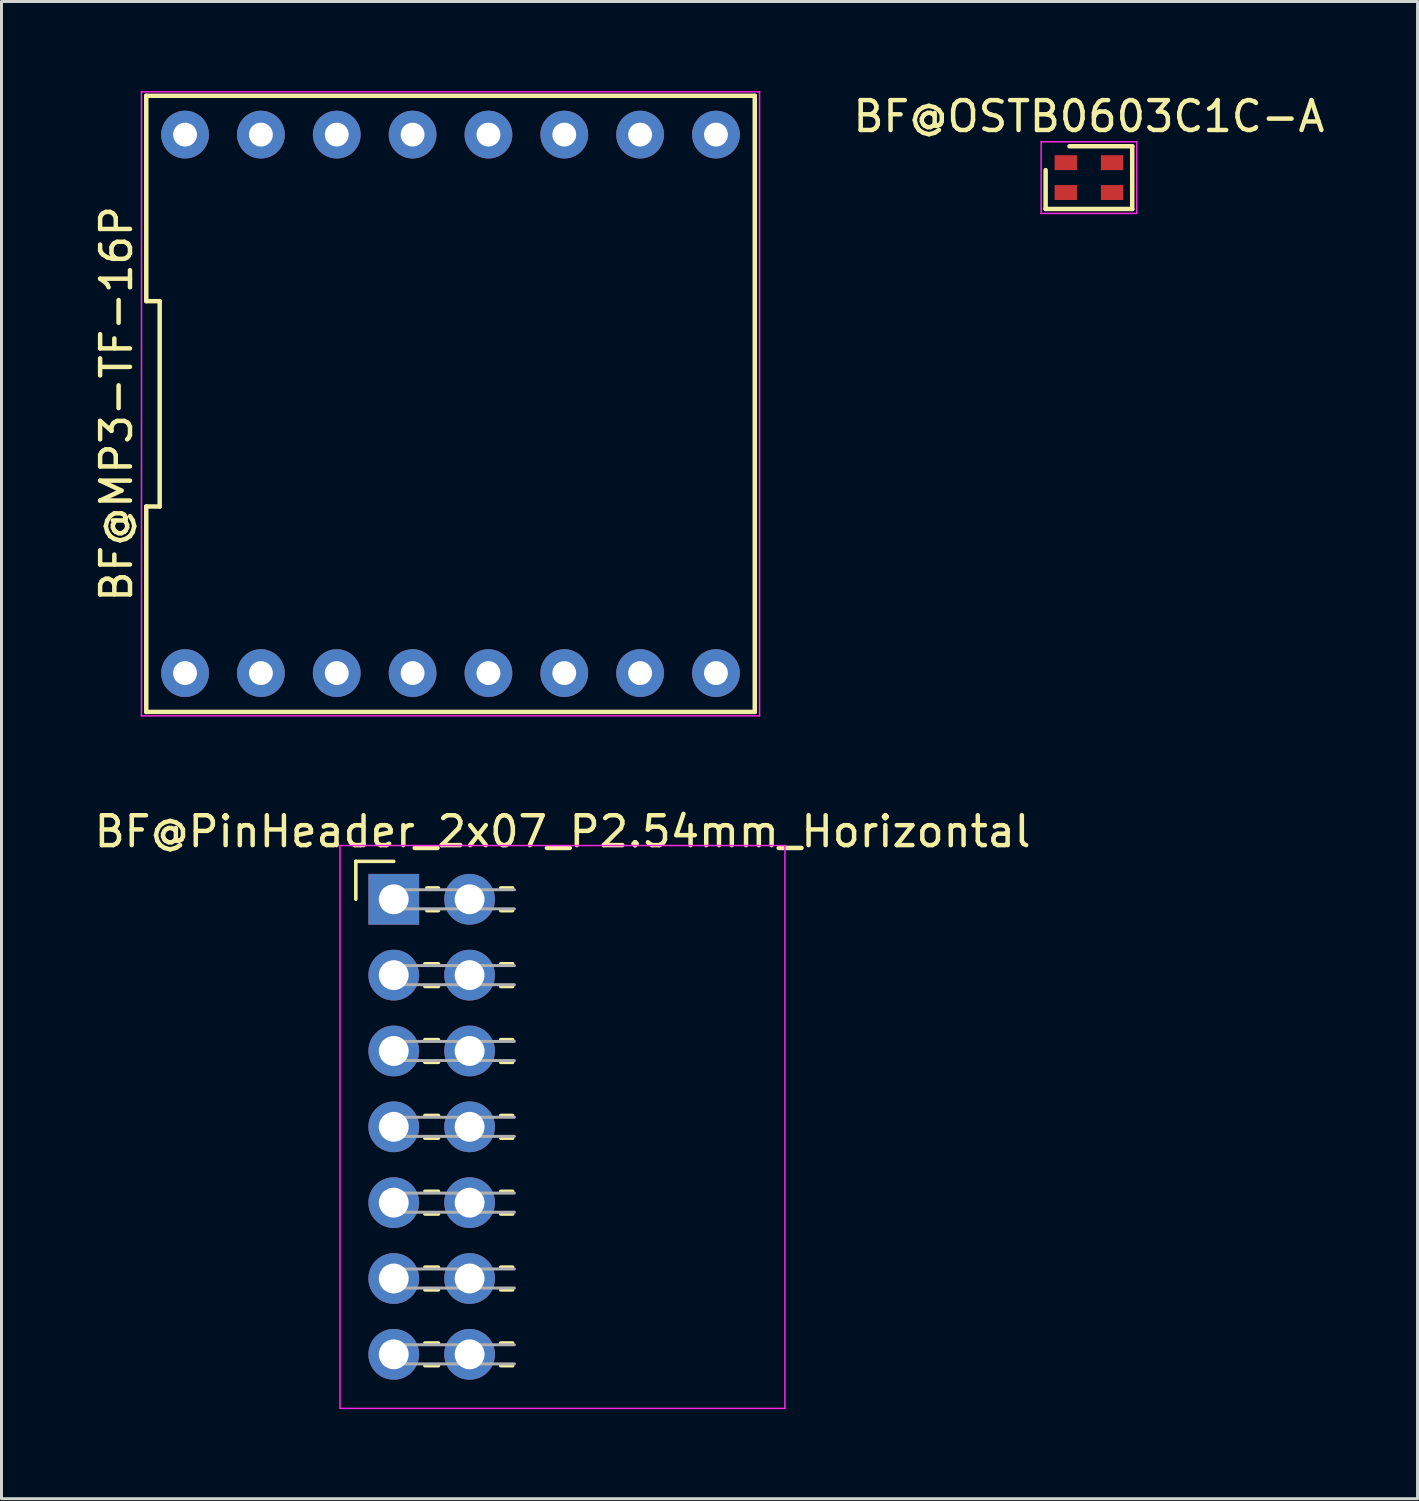
<source format=kicad_pcb>
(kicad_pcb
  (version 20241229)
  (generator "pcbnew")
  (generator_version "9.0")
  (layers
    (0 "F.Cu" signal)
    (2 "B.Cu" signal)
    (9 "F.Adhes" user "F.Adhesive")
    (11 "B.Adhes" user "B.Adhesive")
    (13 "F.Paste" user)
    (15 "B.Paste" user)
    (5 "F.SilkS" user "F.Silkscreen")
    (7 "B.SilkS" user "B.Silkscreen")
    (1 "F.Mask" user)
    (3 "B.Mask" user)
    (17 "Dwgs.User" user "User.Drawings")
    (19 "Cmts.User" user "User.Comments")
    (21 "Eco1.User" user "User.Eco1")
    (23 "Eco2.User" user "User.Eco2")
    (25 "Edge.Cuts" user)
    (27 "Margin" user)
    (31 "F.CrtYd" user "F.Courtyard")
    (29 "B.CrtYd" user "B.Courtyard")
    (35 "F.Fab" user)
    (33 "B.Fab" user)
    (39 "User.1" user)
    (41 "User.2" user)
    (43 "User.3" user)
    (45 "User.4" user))
  (footprint "BF@OSTB0603C1C-A"
    (layer "F.Cu")
    (at 33.419 2.898)
    (property "Reference" "BF@OSTB0603C1C-A" (at 0 -2.05 0) (layer "F.SilkS") (effects (font (size 1 1) (thickness 0.15))))
    (attr smd)
    (fp_line (start -1.45 1.05) (end -1.45 -0.25) (stroke (width 0.15) (type solid)) (layer "F.SilkS"))
    (fp_line (start -0.65 -1.05) (end 1.45 -1.05) (stroke (width 0.15) (type solid)) (layer "F.SilkS"))
    (fp_line (start 1.45 -1.05) (end 1.45 1.05) (stroke (width 0.15) (type solid)) (layer "F.SilkS"))
    (fp_line (start 1.45 1.05) (end -1.45 1.05) (stroke (width 0.15) (type solid)) (layer "F.SilkS"))
    (fp_line (start -1.6 -1.2) (end 1.6 -1.2) (stroke (width 0.05) (type solid)) (layer "F.CrtYd"))
    (fp_line (start -1.6 1.2) (end -1.6 -1.2) (stroke (width 0.05) (type solid)) (layer "F.CrtYd"))
    (fp_line (start 1.6 -1.2) (end 1.6 1.2) (stroke (width 0.05) (type solid)) (layer "F.CrtYd"))
    (fp_line (start 1.6 1.2) (end -1.6 1.2) (stroke (width 0.05) (type solid)) (layer "F.CrtYd"))
    (pad "1" smd rect (at -0.775 -0.5 270) (size 0.5 0.75) (layers "F.Cu" "F.Mask" "F.Paste"))
    (pad "2" smd rect (at -0.775 0.5 270) (size 0.5 0.75) (layers "F.Cu" "F.Mask" "F.Paste"))
    (pad "3" smd rect (at 0.775 0.5 270) (size 0.5 0.75) (layers "F.Cu" "F.Mask" "F.Paste"))
    (pad "4" smd rect (at 0.775 -0.5 270) (size 0.5 0.75) (layers "F.Cu" "F.Mask" "F.Paste")))
  (footprint "BF@MP3-TF-16P"
    (layer "F.Cu")
    (at 12.038 10.475)
    (property "Reference" "BF@MP3-TF-16P" (at -11.19 0 90) (layer "F.SilkS") (effects (font (size 1 1) (thickness 0.15))))
    (attr through_hole)
    (fp_line (start -10.19 -10.317) (end -10.19 -3.439) (stroke (width 0.15) (type solid)) (layer "F.SilkS"))
    (fp_line (start -10.19 -3.439) (end -9.74 -3.439) (stroke (width 0.15) (type solid)) (layer "F.SilkS"))
    (fp_line (start -10.19 3.439) (end -10.19 10.317) (stroke (width 0.15) (type solid)) (layer "F.SilkS"))
    (fp_line (start -10.19 10.317) (end 10.19 10.317) (stroke (width 0.15) (type solid)) (layer "F.SilkS"))
    (fp_line (start -9.74 -3.439) (end -9.74 3.439) (stroke (width 0.15) (type solid)) (layer "F.SilkS"))
    (fp_line (start -9.74 3.439) (end -10.19 3.439) (stroke (width 0.15) (type solid)) (layer "F.SilkS"))
    (fp_line (start 10.19 -10.317) (end -10.19 -10.317) (stroke (width 0.15) (type solid)) (layer "F.SilkS"))
    (fp_line (start 10.19 10.317) (end 10.19 -10.317) (stroke (width 0.15) (type solid)) (layer "F.SilkS"))
    (fp_line (start -10.35 -10.45) (end 10.35 -10.45) (stroke (width 0.05) (type solid)) (layer "F.CrtYd"))
    (fp_line (start -10.35 10.45) (end -10.35 -10.45) (stroke (width 0.05) (type solid)) (layer "F.CrtYd"))
    (fp_line (start 10.35 -10.45) (end 10.35 10.45) (stroke (width 0.05) (type solid)) (layer "F.CrtYd"))
    (fp_line (start 10.35 10.45) (end -10.35 10.45) (stroke (width 0.05) (type solid)) (layer "F.CrtYd"))
    (pad "1" thru_hole circle (at -8.89 9.017) (size 1.6 1.6) (drill 0.8) (layers "*.Cu" "*.Mask"))
    (pad "2" thru_hole circle (at -6.35 9.017) (size 1.6 1.6) (drill 0.8) (layers "*.Cu" "*.Mask"))
    (pad "3" thru_hole circle (at -3.81 9.017) (size 1.6 1.6) (drill 0.8) (layers "*.Cu" "*.Mask"))
    (pad "4" thru_hole circle (at -1.27 9.017) (size 1.6 1.6) (drill 0.8) (layers "*.Cu" "*.Mask"))
    (pad "5" thru_hole circle (at 1.27 9.017) (size 1.6 1.6) (drill 0.8) (layers "*.Cu" "*.Mask"))
    (pad "6" thru_hole circle (at 3.81 9.017) (size 1.6 1.6) (drill 0.8) (layers "*.Cu" "*.Mask"))
    (pad "7" thru_hole circle (at 6.35 9.017) (size 1.6 1.6) (drill 0.8) (layers "*.Cu" "*.Mask"))
    (pad "8" thru_hole circle (at 8.89 9.017) (size 1.6 1.6) (drill 0.8) (layers "*.Cu" "*.Mask"))
    (pad "9" thru_hole circle (at 8.89 -9.017) (size 1.6 1.6) (drill 0.8) (layers "*.Cu" "*.Mask"))
    (pad "10" thru_hole circle (at 6.35 -9.017) (size 1.6 1.6) (drill 0.8) (layers "*.Cu" "*.Mask"))
    (pad "11" thru_hole circle (at 3.81 -9.017) (size 1.6 1.6) (drill 0.8) (layers "*.Cu" "*.Mask"))
    (pad "12" thru_hole circle (at 1.27 -9.017) (size 1.6 1.6) (drill 0.8) (layers "*.Cu" "*.Mask"))
    (pad "13" thru_hole circle (at -1.27 -9.017) (size 1.6 1.6) (drill 0.8) (layers "*.Cu" "*.Mask"))
    (pad "14" thru_hole circle (at -3.81 -9.017) (size 1.6 1.6) (drill 0.8) (layers "*.Cu" "*.Mask"))
    (pad "15" thru_hole circle (at -6.35 -9.017) (size 1.6 1.6) (drill 0.8) (layers "*.Cu" "*.Mask"))
    (pad "16" thru_hole circle (at -8.89 -9.017) (size 1.6 1.6) (drill 0.8) (layers "*.Cu" "*.Mask")))
  (footprint "BF@PinHeader_2x07_P2.54mm_Horizontal"
    (layer "F.Cu")
    (at 10.137 27.068)
    (property "Reference" "BF@PinHeader_2x07_P2.54mm_Horizontal" (at 5.655 -2.27 0) (layer "F.SilkS") (effects (font (size 1 1) (thickness 0.15))))
    (attr through_hole)
    (fp_line (start -1.27 -1.27) (end 0 -1.27) (stroke (width 0.12) (type solid)) (layer "F.SilkS"))
    (fp_line (start -1.27 0) (end -1.27 -1.27) (stroke (width 0.12) (type solid)) (layer "F.SilkS"))
    (fp_line (start 1.043 2.16) (end 1.497 2.16) (stroke (width 0.12) (type solid)) (layer "F.SilkS"))
    (fp_line (start 1.043 2.92) (end 1.497 2.92) (stroke (width 0.12) (type solid)) (layer "F.SilkS"))
    (fp_line (start 1.043 4.7) (end 1.497 4.7) (stroke (width 0.12) (type solid)) (layer "F.SilkS"))
    (fp_line (start 1.043 5.46) (end 1.497 5.46) (stroke (width 0.12) (type solid)) (layer "F.SilkS"))
    (fp_line (start 1.043 7.24) (end 1.497 7.24) (stroke (width 0.12) (type solid)) (layer "F.SilkS"))
    (fp_line (start 1.043 8) (end 1.497 8) (stroke (width 0.12) (type solid)) (layer "F.SilkS"))
    (fp_line (start 1.043 9.78) (end 1.497 9.78) (stroke (width 0.12) (type solid)) (layer "F.SilkS"))
    (fp_line (start 1.043 10.54) (end 1.497 10.54) (stroke (width 0.12) (type solid)) (layer "F.SilkS"))
    (fp_line (start 1.043 12.32) (end 1.497 12.32) (stroke (width 0.12) (type solid)) (layer "F.SilkS"))
    (fp_line (start 1.043 13.08) (end 1.497 13.08) (stroke (width 0.12) (type solid)) (layer "F.SilkS"))
    (fp_line (start 1.043 14.86) (end 1.497 14.86) (stroke (width 0.12) (type solid)) (layer "F.SilkS"))
    (fp_line (start 1.043 15.62) (end 1.497 15.62) (stroke (width 0.12) (type solid)) (layer "F.SilkS"))
    (fp_line (start 1.11 -0.38) (end 1.497 -0.38) (stroke (width 0.12) (type solid)) (layer "F.SilkS"))
    (fp_line (start 1.11 0.38) (end 1.497 0.38) (stroke (width 0.12) (type solid)) (layer "F.SilkS"))
    (fp_line (start 3.583 -0.38) (end 3.98 -0.38) (stroke (width 0.12) (type solid)) (layer "F.SilkS"))
    (fp_line (start 3.583 0.38) (end 3.98 0.38) (stroke (width 0.12) (type solid)) (layer "F.SilkS"))
    (fp_line (start 3.583 2.16) (end 3.98 2.16) (stroke (width 0.12) (type solid)) (layer "F.SilkS"))
    (fp_line (start 3.583 2.92) (end 3.98 2.92) (stroke (width 0.12) (type solid)) (layer "F.SilkS"))
    (fp_line (start 3.583 4.7) (end 3.98 4.7) (stroke (width 0.12) (type solid)) (layer "F.SilkS"))
    (fp_line (start 3.583 5.46) (end 3.98 5.46) (stroke (width 0.12) (type solid)) (layer "F.SilkS"))
    (fp_line (start 3.583 7.24) (end 3.98 7.24) (stroke (width 0.12) (type solid)) (layer "F.SilkS"))
    (fp_line (start 3.583 8) (end 3.98 8) (stroke (width 0.12) (type solid)) (layer "F.SilkS"))
    (fp_line (start 3.583 9.78) (end 3.98 9.78) (stroke (width 0.12) (type solid)) (layer "F.SilkS"))
    (fp_line (start 3.583 10.54) (end 3.98 10.54) (stroke (width 0.12) (type solid)) (layer "F.SilkS"))
    (fp_line (start 3.583 12.32) (end 3.98 12.32) (stroke (width 0.12) (type solid)) (layer "F.SilkS"))
    (fp_line (start 3.583 13.08) (end 3.98 13.08) (stroke (width 0.12) (type solid)) (layer "F.SilkS"))
    (fp_line (start 3.583 14.86) (end 3.98 14.86) (stroke (width 0.12) (type solid)) (layer "F.SilkS"))
    (fp_line (start 3.583 15.62) (end 3.98 15.62) (stroke (width 0.12) (type solid)) (layer "F.SilkS"))
    (fp_line (start -1.8 -1.8) (end -1.8 17.05) (stroke (width 0.05) (type solid)) (layer "F.CrtYd"))
    (fp_line (start -1.8 17.05) (end 13.1 17.05) (stroke (width 0.05) (type solid)) (layer "F.CrtYd"))
    (fp_line (start 13.1 -1.8) (end -1.8 -1.8) (stroke (width 0.05) (type solid)) (layer "F.CrtYd"))
    (fp_line (start 13.1 17.05) (end 13.1 -1.8) (stroke (width 0.05) (type solid)) (layer "F.CrtYd"))
    (fp_line (start -0.32 -0.32) (end -0.32 0.32) (stroke (width 0.1) (type solid)) (layer "F.Fab"))
    (fp_line (start -0.32 -0.32) (end 4.04 -0.32) (stroke (width 0.1) (type solid)) (layer "F.Fab"))
    (fp_line (start -0.32 0.32) (end 4.04 0.32) (stroke (width 0.1) (type solid)) (layer "F.Fab"))
    (fp_line (start -0.32 2.22) (end -0.32 2.86) (stroke (width 0.1) (type solid)) (layer "F.Fab"))
    (fp_line (start -0.32 2.22) (end 4.04 2.22) (stroke (width 0.1) (type solid)) (layer "F.Fab"))
    (fp_line (start -0.32 2.86) (end 4.04 2.86) (stroke (width 0.1) (type solid)) (layer "F.Fab"))
    (fp_line (start -0.32 4.76) (end -0.32 5.4) (stroke (width 0.1) (type solid)) (layer "F.Fab"))
    (fp_line (start -0.32 4.76) (end 4.04 4.76) (stroke (width 0.1) (type solid)) (layer "F.Fab"))
    (fp_line (start -0.32 5.4) (end 4.04 5.4) (stroke (width 0.1) (type solid)) (layer "F.Fab"))
    (fp_line (start -0.32 7.3) (end -0.32 7.94) (stroke (width 0.1) (type solid)) (layer "F.Fab"))
    (fp_line (start -0.32 7.3) (end 4.04 7.3) (stroke (width 0.1) (type solid)) (layer "F.Fab"))
    (fp_line (start -0.32 7.94) (end 4.04 7.94) (stroke (width 0.1) (type solid)) (layer "F.Fab"))
    (fp_line (start -0.32 9.84) (end -0.32 10.48) (stroke (width 0.1) (type solid)) (layer "F.Fab"))
    (fp_line (start -0.32 9.84) (end 4.04 9.84) (stroke (width 0.1) (type solid)) (layer "F.Fab"))
    (fp_line (start -0.32 10.48) (end 4.04 10.48) (stroke (width 0.1) (type solid)) (layer "F.Fab"))
    (fp_line (start -0.32 12.38) (end -0.32 13.02) (stroke (width 0.1) (type solid)) (layer "F.Fab"))
    (fp_line (start -0.32 12.38) (end 4.04 12.38) (stroke (width 0.1) (type solid)) (layer "F.Fab"))
    (fp_line (start -0.32 13.02) (end 4.04 13.02) (stroke (width 0.1) (type solid)) (layer "F.Fab"))
    (fp_line (start -0.32 14.92) (end -0.32 15.56) (stroke (width 0.1) (type solid)) (layer "F.Fab"))
    (fp_line (start -0.32 14.92) (end 4.04 14.92) (stroke (width 0.1) (type solid)) (layer "F.Fab"))
    (fp_line (start -0.32 15.56) (end 4.04 15.56) (stroke (width 0.1) (type solid)) (layer "F.Fab"))
    (pad "1" thru_hole rect (at 0 0) (size 1.7 1.7) (drill 1) (layers "*.Cu" "*.Mask"))
    (pad "2" thru_hole oval (at 2.54 0) (size 1.7 1.7) (drill 1) (layers "*.Cu" "*.Mask"))
    (pad "3" thru_hole oval (at 0 2.54) (size 1.7 1.7) (drill 1) (layers "*.Cu" "*.Mask"))
    (pad "4" thru_hole oval (at 2.54 2.54) (size 1.7 1.7) (drill 1) (layers "*.Cu" "*.Mask"))
    (pad "5" thru_hole oval (at 0 5.08) (size 1.7 1.7) (drill 1) (layers "*.Cu" "*.Mask"))
    (pad "6" thru_hole oval (at 2.54 5.08) (size 1.7 1.7) (drill 1) (layers "*.Cu" "*.Mask"))
    (pad "7" thru_hole oval (at 0 7.62) (size 1.7 1.7) (drill 1) (layers "*.Cu" "*.Mask"))
    (pad "8" thru_hole oval (at 2.54 7.62) (size 1.7 1.7) (drill 1) (layers "*.Cu" "*.Mask"))
    (pad "9" thru_hole oval (at 0 10.16) (size 1.7 1.7) (drill 1) (layers "*.Cu" "*.Mask"))
    (pad "10" thru_hole oval (at 2.54 10.16) (size 1.7 1.7) (drill 1) (layers "*.Cu" "*.Mask"))
    (pad "11" thru_hole oval (at 0 12.7) (size 1.7 1.7) (drill 1) (layers "*.Cu" "*.Mask"))
    (pad "12" thru_hole oval (at 2.54 12.7) (size 1.7 1.7) (drill 1) (layers "*.Cu" "*.Mask"))
    (pad "13" thru_hole oval (at 0 15.24) (size 1.7 1.7) (drill 1) (layers "*.Cu" "*.Mask"))
    (pad "14" thru_hole oval (at 2.54 15.24) (size 1.7 1.7) (drill 1) (layers "*.Cu" "*.Mask")))
  (gr_rect
    (start -3 -3)
    (end 44.425 47.143)
    (stroke (width 0.1) (type default))
    (fill no)
    (layer "Edge.Cuts")))
</source>
